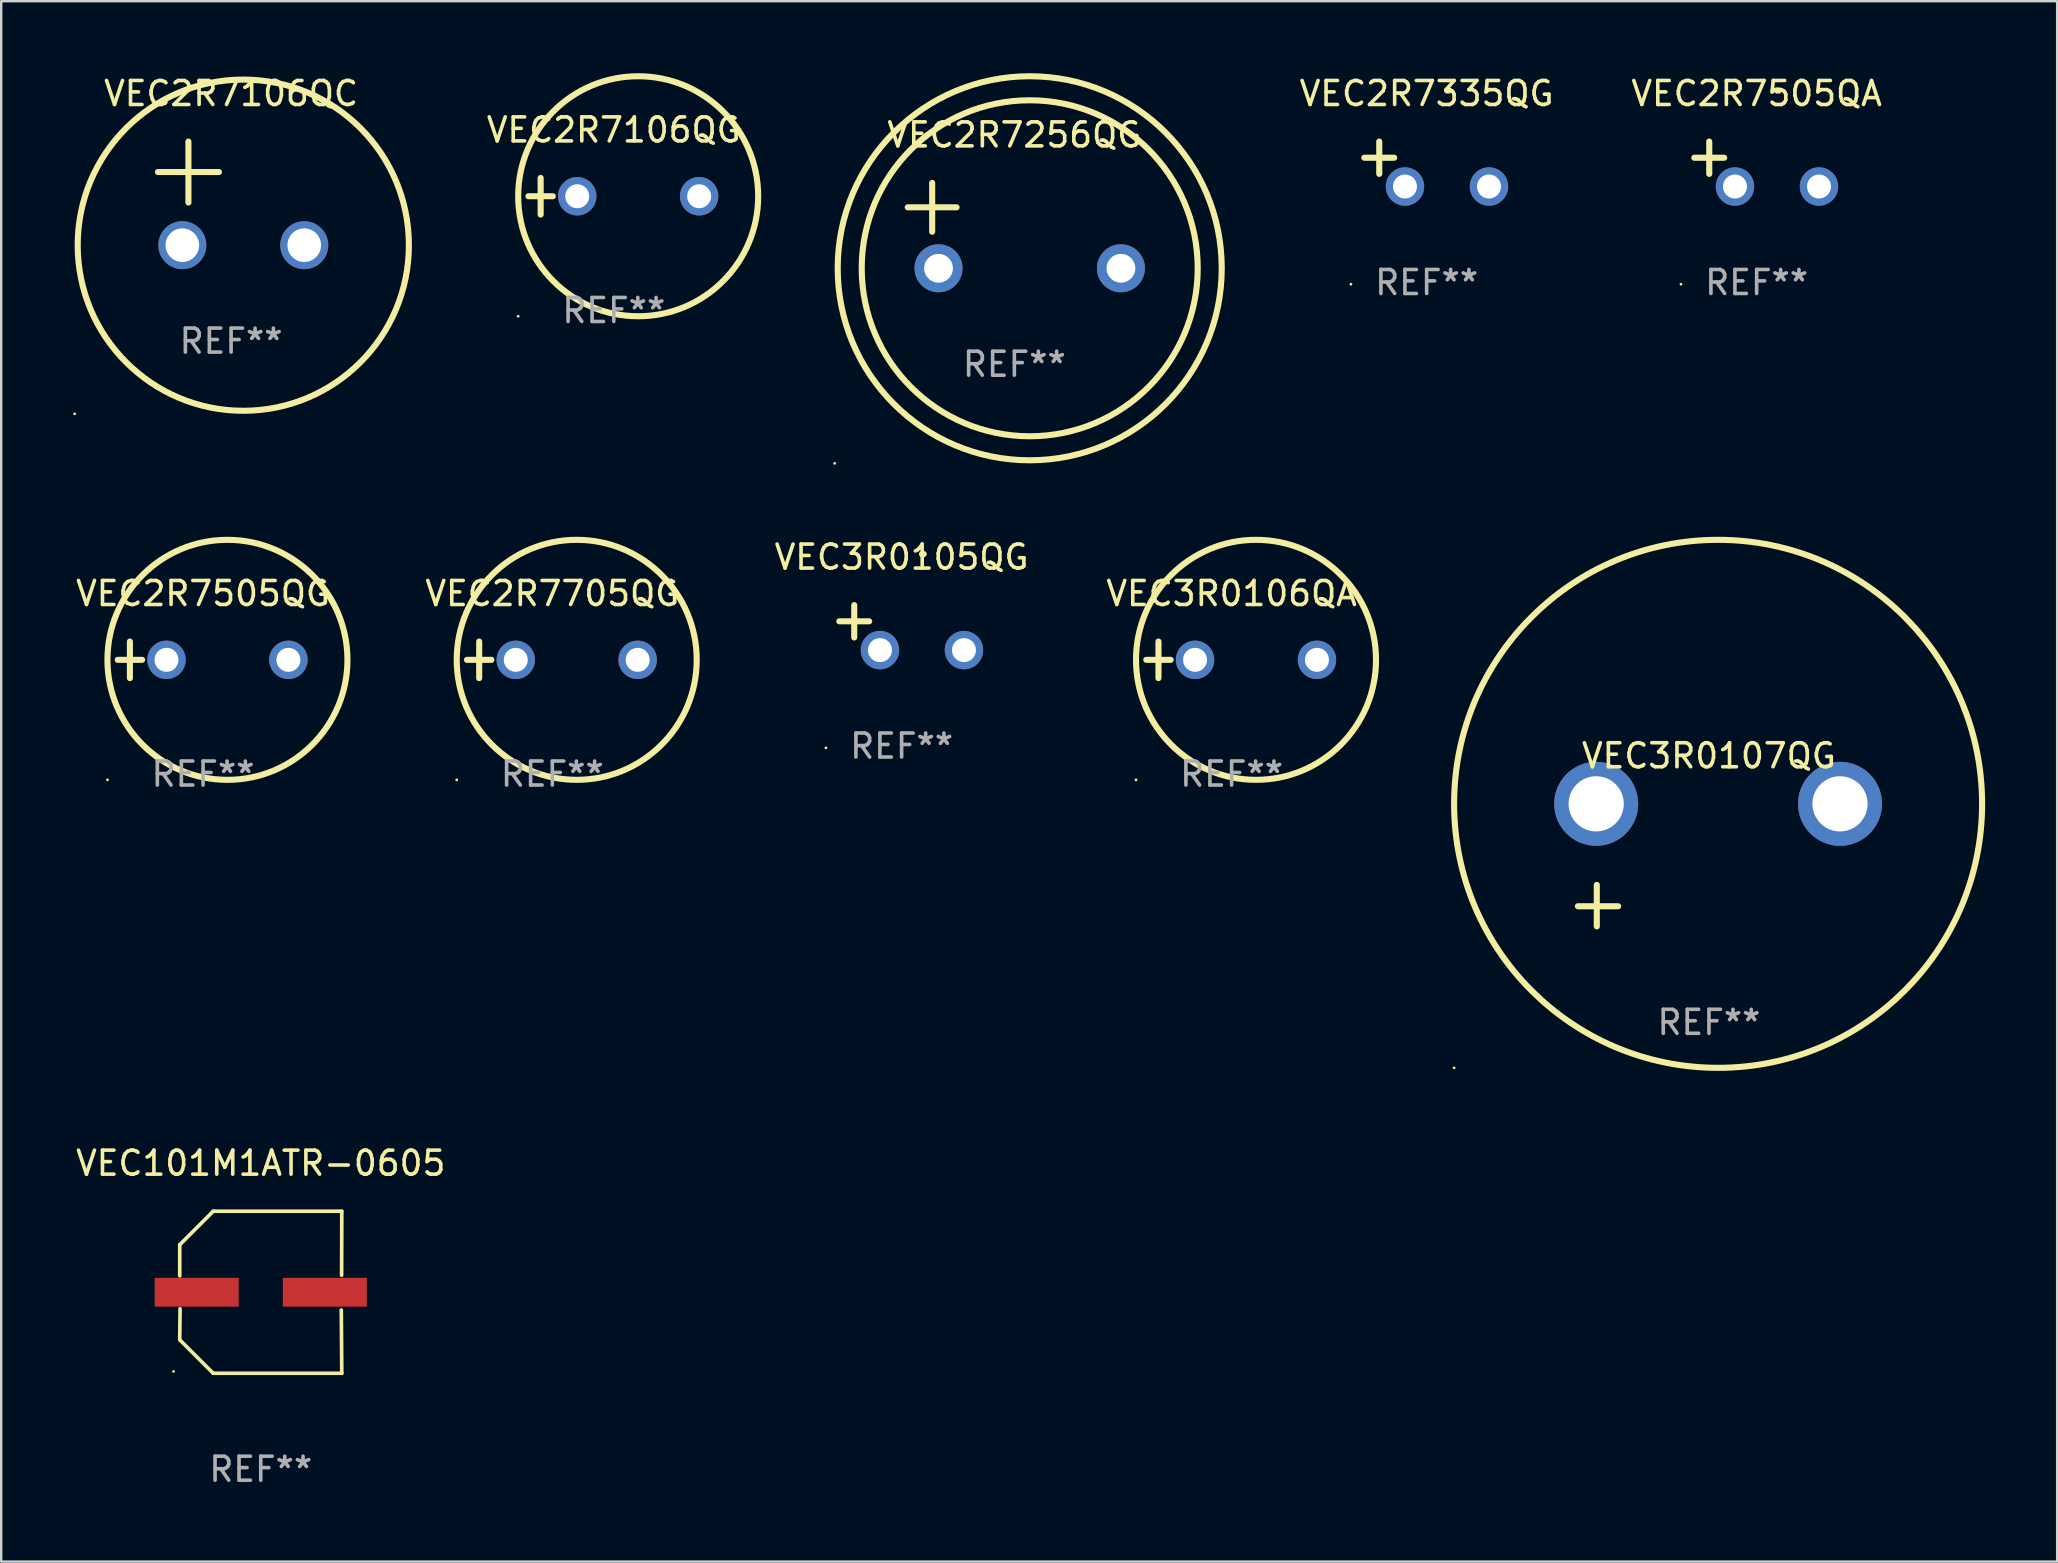
<source format=kicad_pcb>
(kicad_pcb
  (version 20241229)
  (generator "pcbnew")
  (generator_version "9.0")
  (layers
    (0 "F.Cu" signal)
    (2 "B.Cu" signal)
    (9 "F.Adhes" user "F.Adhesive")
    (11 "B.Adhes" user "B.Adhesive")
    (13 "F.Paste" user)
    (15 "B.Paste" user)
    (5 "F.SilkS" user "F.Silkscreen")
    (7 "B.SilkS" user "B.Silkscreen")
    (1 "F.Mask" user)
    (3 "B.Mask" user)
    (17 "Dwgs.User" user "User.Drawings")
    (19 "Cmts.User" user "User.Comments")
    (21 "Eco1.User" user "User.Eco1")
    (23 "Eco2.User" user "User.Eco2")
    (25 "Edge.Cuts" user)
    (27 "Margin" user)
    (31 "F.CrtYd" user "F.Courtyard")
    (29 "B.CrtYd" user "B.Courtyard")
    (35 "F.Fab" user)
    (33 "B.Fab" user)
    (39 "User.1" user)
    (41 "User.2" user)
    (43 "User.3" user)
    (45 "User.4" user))
  (footprint "VEC2R7256QG"
    (layer "F.Cu")
    (at 39.215 6.35)
    (property "Reference" "VEC2R7256QG" (at 0 -3.778 0) (layer "F.SilkS") (effects (font (size 1 1) (thickness 0.15))))
    (attr through_hole)
    (fp_line (start -4.44 -0.762) (end -2.408 -0.762) (stroke (width 0.254) (type solid)) (layer "F.SilkS"))
    (fp_line (start -3.424 -1.778) (end -3.424 0.254) (stroke (width 0.254) (type solid)) (layer "F.SilkS"))
    (fp_circle (center -7.488 9.906) (end -7.458 9.906) (stroke (width 0.06) (type solid)) (fill no) (layer "F.SilkS"))
    (fp_circle (center 0.64 1.778) (end 7.64 1.778) (stroke (width 0.254) (type solid)) (fill no) (layer "F.SilkS"))
    (fp_circle (center 0.64 1.778) (end 8.641 1.778) (stroke (width 0.254) (type solid)) (fill no) (layer "F.SilkS"))
    (fp_text user "REF**" (at 0 5.778 0) (layer "F.Fab") (effects (font (size 1 1) (thickness 0.15))))
    (pad "1" thru_hole circle (at -3.16 1.778) (size 2 2) (drill 1.2) (layers "*.Cu" "*.Mask"))
    (pad "2" thru_hole circle (at 4.44 1.778) (size 2 2) (drill 1.2) (layers "*.Cu" "*.Mask")))
  (footprint "VEC2R7106QG"
    (layer "F.Cu")
    (at 22.525 5.127)
    (property "Reference" "VEC2R7106QG" (at 0 -2.762 0) (layer "F.SilkS") (effects (font (size 1 1) (thickness 0.15))))
    (attr through_hole)
    (fp_line (start -3.556 0) (end -2.54 0) (stroke (width 0.254) (type solid)) (layer "F.SilkS"))
    (fp_line (start -3.048 -0.762) (end -3.048 0.762) (stroke (width 0.254) (type solid)) (layer "F.SilkS"))
    (fp_circle (center -3.984 5) (end -3.954 5) (stroke (width 0.06) (type solid)) (fill no) (layer "F.SilkS"))
    (fp_circle (center 1.016 0) (end 6.016 0) (stroke (width 0.254) (type solid)) (fill no) (layer "F.SilkS"))
    (fp_text user "REF**" (at 0 4.762 0) (layer "F.Fab") (effects (font (size 1 1) (thickness 0.15))))
    (pad "1" thru_hole circle (at -1.524 0) (size 1.6 1.6) (drill 1) (layers "*.Cu" "*.Mask"))
    (pad "2" thru_hole circle (at 3.556 0) (size 1.6 1.6) (drill 1) (layers "*.Cu" "*.Mask")))
  (footprint "VEC2R7335QG"
    (layer "F.Cu")
    (at 56.394 3.785)
    (property "Reference" "VEC2R7335QG" (at 0 -2.937 0) (layer "F.SilkS") (effects (font (size 1 1) (thickness 0.15))))
    (attr through_hole)
    (fp_line (start -1.975 0.41) (end -1.975 -0.937) (stroke (width 0.254) (type solid)) (layer "F.SilkS"))
    (fp_line (start -1.353 -0.263) (end -2.597 -0.263) (stroke (width 0.254) (type solid)) (layer "F.SilkS"))
    (fp_arc (start 0.849809 -3.063957) (mid 0.885369 -3.064114) (end 0.920929 -3.063957) (stroke (width 0.254001) (type solid)) (layer "F.SilkS"))
    (fp_circle (center -3.154 5.008) (end -3.124 5.008) (stroke (width 0.06) (type solid)) (fill no) (layer "F.SilkS"))
    (fp_text user "REF**" (at 0 4.937 0) (layer "F.Fab") (effects (font (size 1 1) (thickness 0.15))))
    (pad "1" thru_hole circle (at -0.903 0.937) (size 1.6 1.6) (drill 1) (layers "*.Cu" "*.Mask"))
    (pad "2" thru_hole circle (at 2.597 0.937) (size 1.6 1.6) (drill 1) (layers "*.Cu" "*.Mask")))
  (footprint "VEC101M1ATR-0605"
    (layer "F.Cu")
    (at 7.815 50.794)
    (property "Reference" "VEC101M1ATR-0605" (at 0 -5.376 0) (layer "F.SilkS") (effects (font (size 1 1) (thickness 0.15))))
    (attr through_hole)
    (fp_line (start -3.376 -1.98) (end -3.376 -0.686) (stroke (width 0.152) (type solid)) (layer "F.SilkS"))
    (fp_line (start -3.376 1.981) (end -3.362 0.686) (stroke (width 0.152) (type solid)) (layer "F.SilkS"))
    (fp_line (start -1.981 3.376) (end -3.376 1.981) (stroke (width 0.152) (type solid)) (layer "F.SilkS"))
    (fp_line (start -1.98 -3.376) (end -3.376 -1.98) (stroke (width 0.152) (type solid)) (layer "F.SilkS"))
    (fp_line (start 3.356 0.74) (end 3.376 3.376) (stroke (width 0.152) (type solid)) (layer "F.SilkS"))
    (fp_line (start 3.369 -0.707) (end 3.376 -3.376) (stroke (width 0.152) (type solid)) (layer "F.SilkS"))
    (fp_line (start 3.376 3.376) (end -1.981 3.376) (stroke (width 0.152) (type solid)) (layer "F.SilkS"))
    (fp_line (start 3.376 -3.376) (end -1.98 -3.376) (stroke (width 0.152) (type solid)) (layer "F.SilkS"))
    (fp_circle (center -3.634 3.3) (end -3.604 3.3) (stroke (width 0.06) (type solid)) (fill no) (layer "F.SilkS"))
    (fp_text user "REF**" (at 0 7.376 0) (layer "F.Fab") (effects (font (size 1 1) (thickness 0.15))))
    (pad "1" smd rect (at -2.67 0.000254) (size 3.5 1.2) (layers "F.Cu" "F.Mask" "F.Paste"))
    (pad "2" smd rect (at 2.67 0.000254) (size 3.5 1.2) (layers "F.Cu" "F.Mask" "F.Paste")))
  (footprint "VEC2R7106QC"
    (layer "F.Cu")
    (at 6.579 5.007)
    (property "Reference" "VEC2R7106QC" (at 0 -4.159 0) (layer "F.SilkS") (effects (font (size 1 1) (thickness 0.15))))
    (attr through_hole)
    (fp_line (start -3.048 -0.889) (end -0.508 -0.889) (stroke (width 0.254) (type solid)) (layer "F.SilkS"))
    (fp_line (start -1.778 -2.159) (end -1.778 0.381) (stroke (width 0.254) (type solid)) (layer "F.SilkS"))
    (fp_circle (center -6.519 9.186) (end -6.489 9.186) (stroke (width 0.06) (type solid)) (fill no) (layer "F.SilkS"))
    (fp_circle (center 0.508 2.159) (end 7.408 2.159) (stroke (width 0.254) (type solid)) (fill no) (layer "F.SilkS"))
    (fp_text user "REF**" (at 0 6.159 0) (layer "F.Fab") (effects (font (size 1 1) (thickness 0.15))))
    (pad "1" thru_hole circle (at -2.032 2.159) (size 2 2) (drill 1.4) (layers "*.Cu" "*.Mask"))
    (pad "2" thru_hole circle (at 3.048 2.159) (size 2 2) (drill 1.4) (layers "*.Cu" "*.Mask")))
  (footprint "VEC3R0107QG"
    (layer "F.Cu")
    (at 68.157 32.996)
    (property "Reference" "VEC3R0107QG" (at 0 -4.553 0) (layer "F.SilkS") (effects (font (size 1 1) (thickness 0.15))))
    (attr through_hole)
    (fp_line (start -4.674 2.553) (end -4.674 0.826) (stroke (width 0.254) (type solid)) (layer "F.SilkS"))
    (fp_line (start -3.785 1.715) (end -5.461 1.715) (stroke (width 0.254) (type solid)) (layer "F.SilkS"))
    (fp_circle (center -10.619 8.447) (end -10.589 8.447) (stroke (width 0.06) (type solid)) (fill no) (layer "F.SilkS"))
    (fp_circle (center 0.381 -2.553) (end 11.381 -2.553) (stroke (width 0.254) (type solid)) (fill no) (layer "F.SilkS"))
    (fp_text user "REF**" (at 0 6.553 0) (layer "F.Fab") (effects (font (size 1 1) (thickness 0.15))))
    (pad "1" thru_hole circle (at -4.699 -2.553) (size 3.5 3.5) (drill 2.3) (layers "*.Cu" "*.Mask"))
    (pad "2" thru_hole circle (at 5.461 -2.553) (size 3.5 3.5) (drill 2.3) (layers "*.Cu" "*.Mask")))
  (footprint "VEC3R0106QA"
    (layer "F.Cu")
    (at 48.268 24.443)
    (property "Reference" "VEC3R0106QA" (at 0 -2.762 0) (layer "F.SilkS") (effects (font (size 1 1) (thickness 0.15))))
    (attr through_hole)
    (fp_line (start -3.556 0) (end -2.54 0) (stroke (width 0.254) (type solid)) (layer "F.SilkS"))
    (fp_line (start -3.048 -0.762) (end -3.048 0.762) (stroke (width 0.254) (type solid)) (layer "F.SilkS"))
    (fp_circle (center -3.984 5) (end -3.954 5) (stroke (width 0.06) (type solid)) (fill no) (layer "F.SilkS"))
    (fp_circle (center 1.016 0) (end 6.016 0) (stroke (width 0.254) (type solid)) (fill no) (layer "F.SilkS"))
    (fp_text user "REF**" (at 0 4.762 0) (layer "F.Fab") (effects (font (size 1 1) (thickness 0.15))))
    (pad "1" thru_hole circle (at -1.524 0) (size 1.6 1.6) (drill 1) (layers "*.Cu" "*.Mask"))
    (pad "2" thru_hole circle (at 3.556 0) (size 1.6 1.6) (drill 1) (layers "*.Cu" "*.Mask")))
  (footprint "VEC2R7505QA"
    (layer "F.Cu")
    (at 70.144 3.785)
    (property "Reference" "VEC2R7505QA" (at 0 -2.937 0) (layer "F.SilkS") (effects (font (size 1 1) (thickness 0.15))))
    (attr through_hole)
    (fp_line (start -1.975 0.41) (end -1.975 -0.937) (stroke (width 0.254) (type solid)) (layer "F.SilkS"))
    (fp_line (start -1.353 -0.263) (end -2.597 -0.263) (stroke (width 0.254) (type solid)) (layer "F.SilkS"))
    (fp_arc (start 0.849809 -3.063957) (mid 0.885369 -3.064114) (end 0.920929 -3.063957) (stroke (width 0.254001) (type solid)) (layer "F.SilkS"))
    (fp_circle (center -3.154 5.008) (end -3.124 5.008) (stroke (width 0.06) (type solid)) (fill no) (layer "F.SilkS"))
    (fp_text user "REF**" (at 0 4.937 0) (layer "F.Fab") (effects (font (size 1 1) (thickness 0.15))))
    (pad "1" thru_hole circle (at -0.903 0.937) (size 1.6 1.6) (drill 1) (layers "*.Cu" "*.Mask"))
    (pad "2" thru_hole circle (at 2.597 0.937) (size 1.6 1.6) (drill 1) (layers "*.Cu" "*.Mask")))
  (footprint "VEC3R0105QG"
    (layer "F.Cu")
    (at 34.518 23.101)
    (property "Reference" "VEC3R0105QG" (at 0 -2.937 0) (layer "F.SilkS") (effects (font (size 1 1) (thickness 0.15))))
    (attr through_hole)
    (fp_line (start -1.975 0.41) (end -1.975 -0.937) (stroke (width 0.254) (type solid)) (layer "F.SilkS"))
    (fp_line (start -1.353 -0.263) (end -2.597 -0.263) (stroke (width 0.254) (type solid)) (layer "F.SilkS"))
    (fp_arc (start 0.849809 -3.063957) (mid 0.885369 -3.064114) (end 0.920929 -3.063957) (stroke (width 0.254001) (type solid)) (layer "F.SilkS"))
    (fp_circle (center -3.154 5.008) (end -3.124 5.008) (stroke (width 0.06) (type solid)) (fill no) (layer "F.SilkS"))
    (fp_text user "REF**" (at 0 4.937 0) (layer "F.Fab") (effects (font (size 1 1) (thickness 0.15))))
    (pad "1" thru_hole circle (at -0.903 0.937) (size 1.6 1.6) (drill 1) (layers "*.Cu" "*.Mask"))
    (pad "2" thru_hole circle (at 2.597 0.937) (size 1.6 1.6) (drill 1) (layers "*.Cu" "*.Mask")))
  (footprint "VEC2R7705QG"
    (layer "F.Cu")
    (at 19.964 24.443)
    (property "Reference" "VEC2R7705QG" (at 0 -2.762 0) (layer "F.SilkS") (effects (font (size 1 1) (thickness 0.15))))
    (attr through_hole)
    (fp_line (start -3.556 0) (end -2.54 0) (stroke (width 0.254) (type solid)) (layer "F.SilkS"))
    (fp_line (start -3.048 -0.762) (end -3.048 0.762) (stroke (width 0.254) (type solid)) (layer "F.SilkS"))
    (fp_circle (center -3.984 5) (end -3.954 5) (stroke (width 0.06) (type solid)) (fill no) (layer "F.SilkS"))
    (fp_circle (center 1.016 0) (end 6.016 0) (stroke (width 0.254) (type solid)) (fill no) (layer "F.SilkS"))
    (fp_text user "REF**" (at 0 4.762 0) (layer "F.Fab") (effects (font (size 1 1) (thickness 0.15))))
    (pad "1" thru_hole circle (at -1.524 0) (size 1.6 1.6) (drill 1) (layers "*.Cu" "*.Mask"))
    (pad "2" thru_hole circle (at 3.556 0) (size 1.6 1.6) (drill 1) (layers "*.Cu" "*.Mask")))
  (footprint "VEC2R7505QG"
    (layer "F.Cu")
    (at 5.411 24.443)
    (property "Reference" "VEC2R7505QG" (at 0 -2.762 0) (layer "F.SilkS") (effects (font (size 1 1) (thickness 0.15))))
    (attr through_hole)
    (fp_line (start -3.556 0) (end -2.54 0) (stroke (width 0.254) (type solid)) (layer "F.SilkS"))
    (fp_line (start -3.048 -0.762) (end -3.048 0.762) (stroke (width 0.254) (type solid)) (layer "F.SilkS"))
    (fp_circle (center -3.984 5) (end -3.954 5) (stroke (width 0.06) (type solid)) (fill no) (layer "F.SilkS"))
    (fp_circle (center 1.016 0) (end 6.016 0) (stroke (width 0.254) (type solid)) (fill no) (layer "F.SilkS"))
    (fp_text user "REF**" (at 0 4.762 0) (layer "F.Fab") (effects (font (size 1 1) (thickness 0.15))))
    (pad "1" thru_hole circle (at -1.524 0) (size 1.6 1.6) (drill 1) (layers "*.Cu" "*.Mask"))
    (pad "2" thru_hole circle (at 3.556 0) (size 1.6 1.6) (drill 1) (layers "*.Cu" "*.Mask")))
  (gr_rect
    (start -3 -3)
    (end 82.665 62.018)
    (stroke (width 0.1) (type default))
    (fill no)
    (layer "Edge.Cuts")))
</source>
